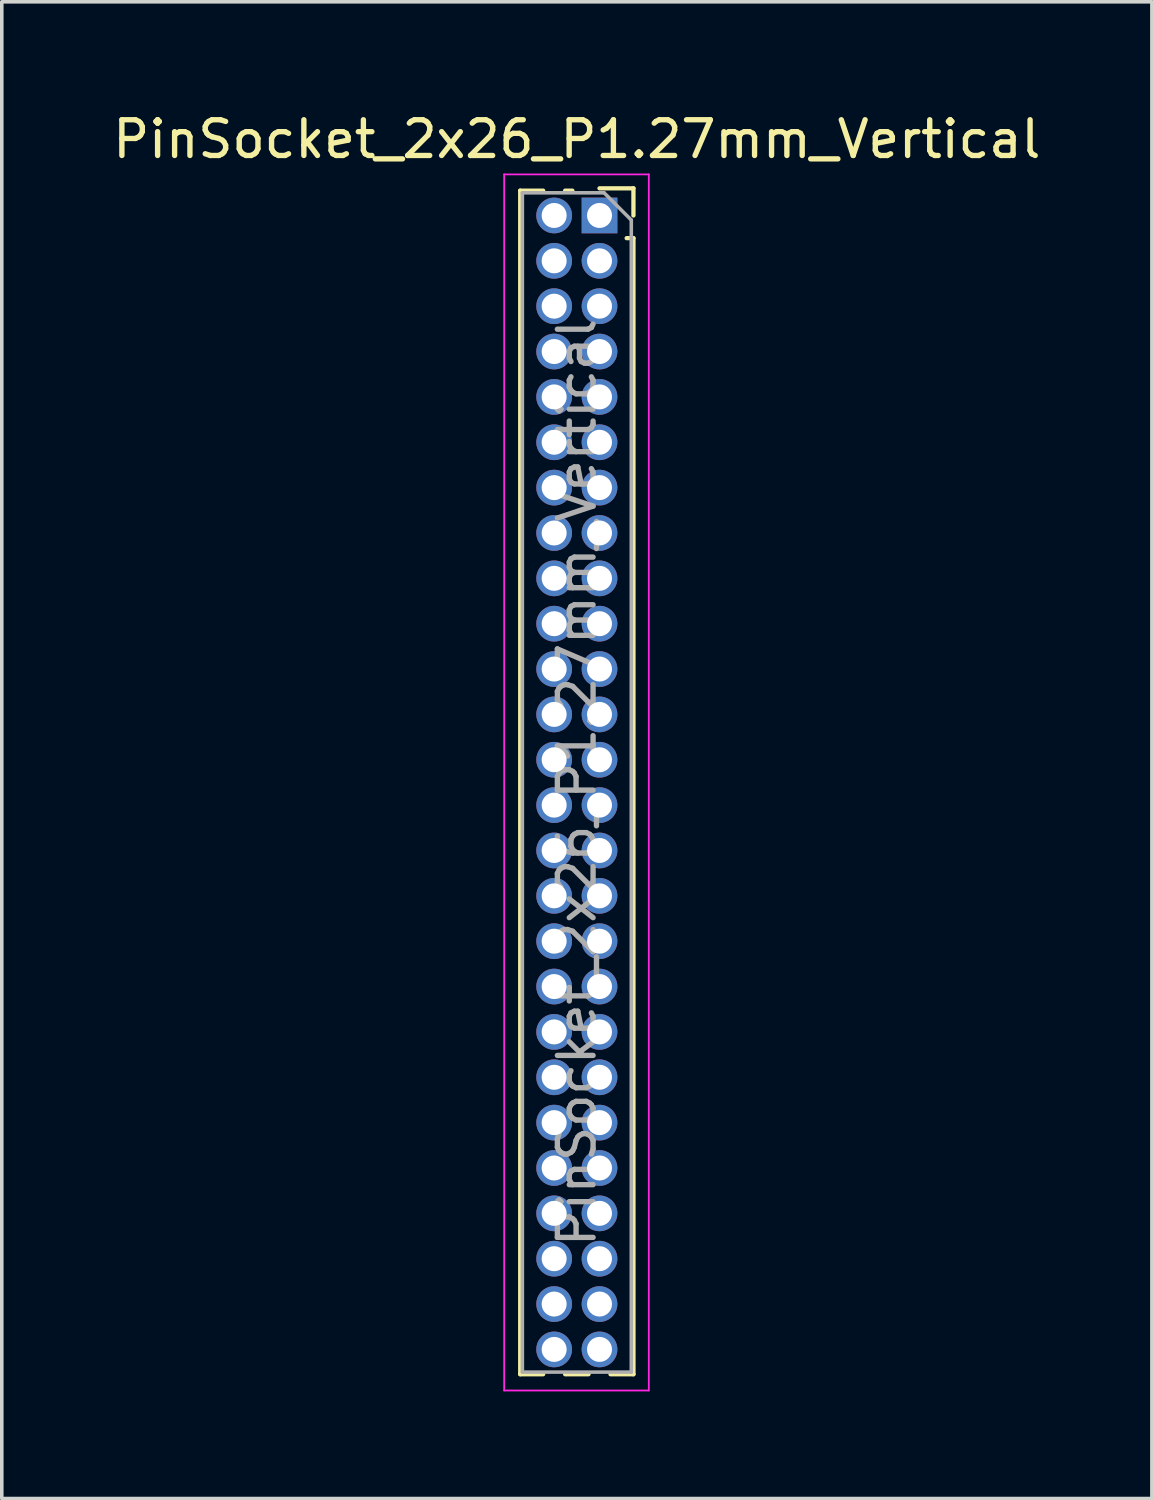
<source format=kicad_pcb>
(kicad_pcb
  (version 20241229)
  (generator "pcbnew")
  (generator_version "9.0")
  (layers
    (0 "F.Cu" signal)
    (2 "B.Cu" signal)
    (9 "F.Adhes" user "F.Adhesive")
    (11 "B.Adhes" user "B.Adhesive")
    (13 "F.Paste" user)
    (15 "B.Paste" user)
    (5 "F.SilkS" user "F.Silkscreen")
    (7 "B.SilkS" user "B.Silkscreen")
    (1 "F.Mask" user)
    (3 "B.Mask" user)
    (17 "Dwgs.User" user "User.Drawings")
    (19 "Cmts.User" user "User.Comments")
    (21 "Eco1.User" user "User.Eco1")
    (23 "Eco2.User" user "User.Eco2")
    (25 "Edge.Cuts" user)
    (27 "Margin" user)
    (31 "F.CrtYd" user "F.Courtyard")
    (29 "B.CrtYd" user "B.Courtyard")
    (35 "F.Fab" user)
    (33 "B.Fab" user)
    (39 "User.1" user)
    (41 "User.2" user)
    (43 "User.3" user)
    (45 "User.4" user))
  (footprint "PinSocket_2x26_P1.27mm_Vertical"
    (layer "F.Cu")
    (at 13.736 2.983)
    (property "Reference" "PinSocket_2x26_P1.27mm_Vertical" (at -0.635 -2.135 0) (layer "F.SilkS") (effects (font (size 1 1) (thickness 0.15))))
    (attr through_hole)
    (fp_line (start -2.22 -0.695) (end -2.22 32.445) (stroke (width 0.12) (type solid)) (layer "F.SilkS"))
    (fp_line (start -2.22 -0.695) (end -1.578 -0.695) (stroke (width 0.12) (type solid)) (layer "F.SilkS"))
    (fp_line (start -2.22 32.445) (end -1.578 32.445) (stroke (width 0.12) (type solid)) (layer "F.SilkS"))
    (fp_line (start -0.962 -0.695) (end -0.76 -0.695) (stroke (width 0.12) (type solid)) (layer "F.SilkS"))
    (fp_line (start -0.962 32.445) (end -0.308 32.445) (stroke (width 0.12) (type solid)) (layer "F.SilkS"))
    (fp_line (start 0 -0.76) (end 0.95 -0.76) (stroke (width 0.12) (type solid)) (layer "F.SilkS"))
    (fp_line (start 0.308 32.445) (end 0.95 32.445) (stroke (width 0.12) (type solid)) (layer "F.SilkS"))
    (fp_line (start 0.76 0.635) (end 0.95 0.635) (stroke (width 0.12) (type solid)) (layer "F.SilkS"))
    (fp_line (start 0.95 -0.76) (end 0.95 0) (stroke (width 0.12) (type solid)) (layer "F.SilkS"))
    (fp_line (start 0.95 0.635) (end 0.95 32.445) (stroke (width 0.12) (type solid)) (layer "F.SilkS"))
    (fp_line (start -2.67 -1.15) (end 1.38 -1.15) (stroke (width 0.05) (type solid)) (layer "F.CrtYd"))
    (fp_line (start -2.67 32.9) (end -2.67 -1.15) (stroke (width 0.05) (type solid)) (layer "F.CrtYd"))
    (fp_line (start 1.38 -1.15) (end 1.38 32.9) (stroke (width 0.05) (type solid)) (layer "F.CrtYd"))
    (fp_line (start 1.38 32.9) (end -2.67 32.9) (stroke (width 0.05) (type solid)) (layer "F.CrtYd"))
    (fp_line (start -2.16 -0.635) (end 0.128 -0.635) (stroke (width 0.1) (type solid)) (layer "F.Fab"))
    (fp_line (start -2.16 32.385) (end -2.16 -0.635) (stroke (width 0.1) (type solid)) (layer "F.Fab"))
    (fp_line (start 0.128 -0.635) (end 0.89 0.128) (stroke (width 0.1) (type solid)) (layer "F.Fab"))
    (fp_line (start 0.89 0.128) (end 0.89 32.385) (stroke (width 0.1) (type solid)) (layer "F.Fab"))
    (fp_line (start 0.89 32.385) (end -2.16 32.385) (stroke (width 0.1) (type solid)) (layer "F.Fab"))
    (fp_text user "${REFERENCE}" (at -0.635 15.875 90) (layer "F.Fab") (effects (font (size 1 1) (thickness 0.15))))
    (pad "1" thru_hole rect (at 0 0) (size 1 1) (drill 0.7) (layers "*.Cu" "*.Mask"))
    (pad "2" thru_hole circle (at -1.27 0) (size 1 1) (drill 0.7) (layers "*.Cu" "*.Mask"))
    (pad "3" thru_hole circle (at 0 1.27) (size 1 1) (drill 0.7) (layers "*.Cu" "*.Mask"))
    (pad "4" thru_hole circle (at -1.27 1.27) (size 1 1) (drill 0.7) (layers "*.Cu" "*.Mask"))
    (pad "5" thru_hole circle (at 0 2.54) (size 1 1) (drill 0.7) (layers "*.Cu" "*.Mask"))
    (pad "6" thru_hole circle (at -1.27 2.54) (size 1 1) (drill 0.7) (layers "*.Cu" "*.Mask"))
    (pad "7" thru_hole circle (at 0 3.81) (size 1 1) (drill 0.7) (layers "*.Cu" "*.Mask"))
    (pad "8" thru_hole circle (at -1.27 3.81) (size 1 1) (drill 0.7) (layers "*.Cu" "*.Mask"))
    (pad "9" thru_hole circle (at 0 5.08) (size 1 1) (drill 0.7) (layers "*.Cu" "*.Mask"))
    (pad "10" thru_hole circle (at -1.27 5.08) (size 1 1) (drill 0.7) (layers "*.Cu" "*.Mask"))
    (pad "11" thru_hole circle (at 0 6.35) (size 1 1) (drill 0.7) (layers "*.Cu" "*.Mask"))
    (pad "12" thru_hole circle (at -1.27 6.35) (size 1 1) (drill 0.7) (layers "*.Cu" "*.Mask"))
    (pad "13" thru_hole circle (at 0 7.62) (size 1 1) (drill 0.7) (layers "*.Cu" "*.Mask"))
    (pad "14" thru_hole circle (at -1.27 7.62) (size 1 1) (drill 0.7) (layers "*.Cu" "*.Mask"))
    (pad "15" thru_hole circle (at 0 8.89) (size 1 1) (drill 0.7) (layers "*.Cu" "*.Mask"))
    (pad "16" thru_hole circle (at -1.27 8.89) (size 1 1) (drill 0.7) (layers "*.Cu" "*.Mask"))
    (pad "17" thru_hole circle (at 0 10.16) (size 1 1) (drill 0.7) (layers "*.Cu" "*.Mask"))
    (pad "18" thru_hole circle (at -1.27 10.16) (size 1 1) (drill 0.7) (layers "*.Cu" "*.Mask"))
    (pad "19" thru_hole circle (at 0 11.43) (size 1 1) (drill 0.7) (layers "*.Cu" "*.Mask"))
    (pad "20" thru_hole circle (at -1.27 11.43) (size 1 1) (drill 0.7) (layers "*.Cu" "*.Mask"))
    (pad "21" thru_hole circle (at 0 12.7) (size 1 1) (drill 0.7) (layers "*.Cu" "*.Mask"))
    (pad "22" thru_hole circle (at -1.27 12.7) (size 1 1) (drill 0.7) (layers "*.Cu" "*.Mask"))
    (pad "23" thru_hole circle (at 0 13.97) (size 1 1) (drill 0.7) (layers "*.Cu" "*.Mask"))
    (pad "24" thru_hole circle (at -1.27 13.97) (size 1 1) (drill 0.7) (layers "*.Cu" "*.Mask"))
    (pad "25" thru_hole circle (at 0 15.24) (size 1 1) (drill 0.7) (layers "*.Cu" "*.Mask"))
    (pad "26" thru_hole circle (at -1.27 15.24) (size 1 1) (drill 0.7) (layers "*.Cu" "*.Mask"))
    (pad "27" thru_hole circle (at 0 16.51) (size 1 1) (drill 0.7) (layers "*.Cu" "*.Mask"))
    (pad "28" thru_hole circle (at -1.27 16.51) (size 1 1) (drill 0.7) (layers "*.Cu" "*.Mask"))
    (pad "29" thru_hole circle (at 0 17.78) (size 1 1) (drill 0.7) (layers "*.Cu" "*.Mask"))
    (pad "30" thru_hole circle (at -1.27 17.78) (size 1 1) (drill 0.7) (layers "*.Cu" "*.Mask"))
    (pad "31" thru_hole circle (at 0 19.05) (size 1 1) (drill 0.7) (layers "*.Cu" "*.Mask"))
    (pad "32" thru_hole circle (at -1.27 19.05) (size 1 1) (drill 0.7) (layers "*.Cu" "*.Mask"))
    (pad "33" thru_hole circle (at 0 20.32) (size 1 1) (drill 0.7) (layers "*.Cu" "*.Mask"))
    (pad "34" thru_hole circle (at -1.27 20.32) (size 1 1) (drill 0.7) (layers "*.Cu" "*.Mask"))
    (pad "35" thru_hole circle (at 0 21.59) (size 1 1) (drill 0.7) (layers "*.Cu" "*.Mask"))
    (pad "36" thru_hole circle (at -1.27 21.59) (size 1 1) (drill 0.7) (layers "*.Cu" "*.Mask"))
    (pad "37" thru_hole circle (at 0 22.86) (size 1 1) (drill 0.7) (layers "*.Cu" "*.Mask"))
    (pad "38" thru_hole circle (at -1.27 22.86) (size 1 1) (drill 0.7) (layers "*.Cu" "*.Mask"))
    (pad "39" thru_hole circle (at 0 24.13) (size 1 1) (drill 0.7) (layers "*.Cu" "*.Mask"))
    (pad "40" thru_hole circle (at -1.27 24.13) (size 1 1) (drill 0.7) (layers "*.Cu" "*.Mask"))
    (pad "41" thru_hole circle (at 0 25.4) (size 1 1) (drill 0.7) (layers "*.Cu" "*.Mask"))
    (pad "42" thru_hole circle (at -1.27 25.4) (size 1 1) (drill 0.7) (layers "*.Cu" "*.Mask"))
    (pad "43" thru_hole circle (at 0 26.67) (size 1 1) (drill 0.7) (layers "*.Cu" "*.Mask"))
    (pad "44" thru_hole circle (at -1.27 26.67) (size 1 1) (drill 0.7) (layers "*.Cu" "*.Mask"))
    (pad "45" thru_hole circle (at 0 27.94) (size 1 1) (drill 0.7) (layers "*.Cu" "*.Mask"))
    (pad "46" thru_hole circle (at -1.27 27.94) (size 1 1) (drill 0.7) (layers "*.Cu" "*.Mask"))
    (pad "47" thru_hole circle (at 0 29.21) (size 1 1) (drill 0.7) (layers "*.Cu" "*.Mask"))
    (pad "48" thru_hole circle (at -1.27 29.21) (size 1 1) (drill 0.7) (layers "*.Cu" "*.Mask"))
    (pad "49" thru_hole circle (at 0 30.48) (size 1 1) (drill 0.7) (layers "*.Cu" "*.Mask"))
    (pad "50" thru_hole circle (at -1.27 30.48) (size 1 1) (drill 0.7) (layers "*.Cu" "*.Mask"))
    (pad "51" thru_hole circle (at 0 31.75) (size 1 1) (drill 0.7) (layers "*.Cu" "*.Mask"))
    (pad "52" thru_hole circle (at -1.27 31.75) (size 1 1) (drill 0.7) (layers "*.Cu" "*.Mask")))
  (gr_rect
    (start -3 -3)
    (end 29.202 38.908)
    (stroke (width 0.1) (type default))
    (fill no)
    (layer "Edge.Cuts")))
</source>
